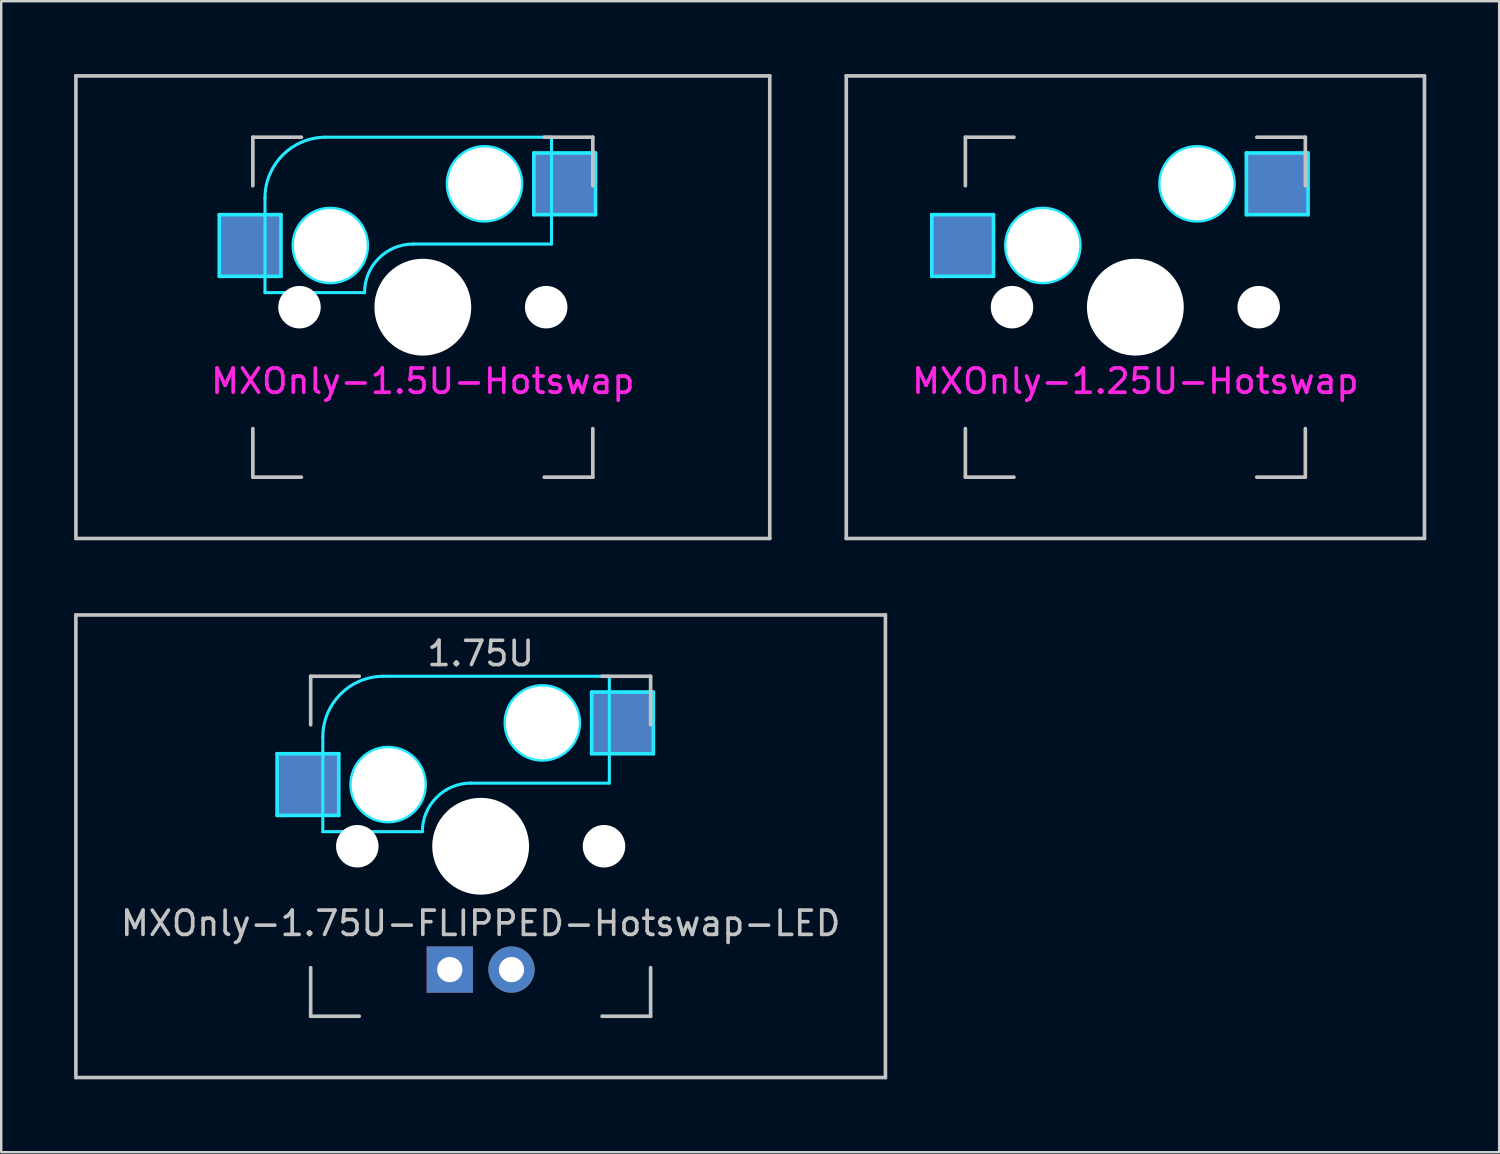
<source format=kicad_pcb>
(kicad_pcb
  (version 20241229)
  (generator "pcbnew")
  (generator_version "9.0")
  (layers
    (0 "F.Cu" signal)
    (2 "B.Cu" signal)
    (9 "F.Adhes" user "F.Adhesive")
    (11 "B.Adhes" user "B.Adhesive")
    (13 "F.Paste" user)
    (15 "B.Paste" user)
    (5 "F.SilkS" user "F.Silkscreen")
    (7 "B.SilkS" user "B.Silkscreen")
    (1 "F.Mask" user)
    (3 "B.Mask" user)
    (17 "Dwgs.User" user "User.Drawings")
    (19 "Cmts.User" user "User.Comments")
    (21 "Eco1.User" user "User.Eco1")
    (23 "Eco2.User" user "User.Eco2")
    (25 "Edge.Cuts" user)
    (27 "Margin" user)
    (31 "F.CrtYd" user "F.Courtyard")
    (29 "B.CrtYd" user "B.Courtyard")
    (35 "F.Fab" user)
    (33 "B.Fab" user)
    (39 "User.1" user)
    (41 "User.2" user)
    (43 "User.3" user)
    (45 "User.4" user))
  (footprint "MXOnly-1.75U-FLIPPED-Hotswap-LED"
    (layer "F.Cu")
    (at 16.744 31.8)
    (property "Reference" "MXOnly-1.75U-FLIPPED-Hotswap-LED" (at 0 3.175 0) (layer "Dwgs.User") (effects (font (size 1 1) (thickness 0.15))))
    (attr through_hole)
    (fp_line (start -16.669 -9.525) (end 16.669 -9.525) (stroke (width 0.15) (type solid)) (layer "Dwgs.User"))
    (fp_line (start -16.669 9.525) (end -16.669 -9.525) (stroke (width 0.15) (type solid)) (layer "Dwgs.User"))
    (fp_line (start -7 -7) (end -7 -5) (stroke (width 0.15) (type solid)) (layer "Dwgs.User"))
    (fp_line (start -7 5) (end -7 7) (stroke (width 0.15) (type solid)) (layer "Dwgs.User"))
    (fp_line (start -7 7) (end -5 7) (stroke (width 0.15) (type solid)) (layer "Dwgs.User"))
    (fp_line (start -5 -7) (end -7 -7) (stroke (width 0.15) (type solid)) (layer "Dwgs.User"))
    (fp_line (start 5 -7) (end 7 -7) (stroke (width 0.15) (type solid)) (layer "Dwgs.User"))
    (fp_line (start 5 7) (end 7 7) (stroke (width 0.15) (type solid)) (layer "Dwgs.User"))
    (fp_line (start 7 -7) (end 7 -5) (stroke (width 0.15) (type solid)) (layer "Dwgs.User"))
    (fp_line (start 7 7) (end 7 5) (stroke (width 0.15) (type solid)) (layer "Dwgs.User"))
    (fp_line (start 16.669 -9.525) (end 16.669 9.525) (stroke (width 0.15) (type solid)) (layer "Dwgs.User"))
    (fp_line (start 16.669 9.525) (end -16.669 9.525) (stroke (width 0.15) (type solid)) (layer "Dwgs.User"))
    (fp_line (start -8.382 -3.81) (end -5.842 -3.81) (stroke (width 0.15) (type solid)) (layer "B.CrtYd"))
    (fp_line (start -8.382 -1.27) (end -8.382 -3.81) (stroke (width 0.15) (type solid)) (layer "B.CrtYd"))
    (fp_line (start -6.5 -4.5) (end -6.5 -0.6) (stroke (width 0.127) (type solid)) (layer "B.CrtYd"))
    (fp_line (start -6.5 -0.6) (end -2.4 -0.6) (stroke (width 0.127) (type solid)) (layer "B.CrtYd"))
    (fp_line (start -5.842 -3.81) (end -5.842 -1.27) (stroke (width 0.15) (type solid)) (layer "B.CrtYd"))
    (fp_line (start -5.842 -1.27) (end -8.382 -1.27) (stroke (width 0.15) (type solid)) (layer "B.CrtYd"))
    (fp_line (start -0.4 -2.6) (end 5.3 -2.6) (stroke (width 0.127) (type solid)) (layer "B.CrtYd"))
    (fp_line (start 4.572 -6.35) (end 7.112 -6.35) (stroke (width 0.15) (type solid)) (layer "B.CrtYd"))
    (fp_line (start 4.572 -3.81) (end 4.572 -6.35) (stroke (width 0.15) (type solid)) (layer "B.CrtYd"))
    (fp_line (start 5.3 -7) (end -4 -7) (stroke (width 0.127) (type solid)) (layer "B.CrtYd"))
    (fp_line (start 5.3 -7) (end 5.3 -2.6) (stroke (width 0.127) (type solid)) (layer "B.CrtYd"))
    (fp_line (start 7.112 -6.35) (end 7.112 -3.81) (stroke (width 0.15) (type solid)) (layer "B.CrtYd"))
    (fp_line (start 7.112 -3.81) (end 4.572 -3.81) (stroke (width 0.15) (type solid)) (layer "B.CrtYd"))
    (fp_arc (start -6.5 -4.5) (mid -5.767767 -6.267767) (end -4 -7) (stroke (width 0.127) (type solid)) (layer "B.CrtYd"))
    (fp_arc (start -2.4 -0.6) (mid -1.814214 -2.014214) (end -0.4 -2.6) (stroke (width 0.127) (type solid)) (layer "B.CrtYd"))
    (fp_circle (center -3.81 -2.54) (end -3.81 -4.064) (stroke (width 0.15) (type solid)) (fill no) (layer "B.CrtYd"))
    (fp_circle (center 2.54 -5.08) (end 2.54 -6.604) (stroke (width 0.15) (type solid)) (fill no) (layer "B.CrtYd"))
    (fp_text user "1.75U" (at 0 -7.938 0) (layer "Dwgs.User") (effects (font (size 1 1) (thickness 0.15))))
    (pad "" np_thru_hole circle (at -5.08 0 48.1) (size 1.75 1.75) (drill 1.75) (layers "*.Cu" "*.Mask"))
    (pad "" np_thru_hole circle (at -3.81 -2.54) (size 3 3) (drill 3) (layers "*.Cu" "*.Mask"))
    (pad "" np_thru_hole circle (at 0 0) (size 3.988 3.988) (drill 3.988) (layers "*.Cu" "*.Mask"))
    (pad "" np_thru_hole circle (at 2.54 -5.08) (size 3 3) (drill 3) (layers "*.Cu" "*.Mask"))
    (pad "" np_thru_hole circle (at 5.08 0 48.1) (size 1.75 1.75) (drill 1.75) (layers "*.Cu" "*.Mask"))
    (pad "1" smd rect (at -7.085 -2.54) (size 2.55 2.5) (layers "B.Cu" "B.Mask" "B.Paste"))
    (pad "2" smd rect (at 5.842 -5.08) (size 2.55 2.5) (layers "B.Cu" "B.Mask" "B.Paste"))
    (pad "3" thru_hole circle (at 1.27 5.08 180) (size 1.905 1.905) (drill 1.04) (layers "*.Cu" "B.Mask"))
    (pad "4" thru_hole rect (at -1.27 5.08 180) (size 1.905 1.905) (drill 1.04) (layers "*.Cu" "B.Mask")))
  (footprint "MXOnly-1.5U-Hotswap"
    (layer "F.Cu")
    (at 14.363 9.6)
    (property "Reference" "MXOnly-1.5U-Hotswap" (at 0 3.048 0) (layer "F.CrtYd") (effects (font (size 1 1) (thickness 0.15))))
    (attr smd)
    (fp_line (start -14.287 -9.525) (end 14.287 -9.525) (stroke (width 0.15) (type solid)) (layer "Dwgs.User"))
    (fp_line (start -14.287 9.525) (end -14.287 -9.525) (stroke (width 0.15) (type solid)) (layer "Dwgs.User"))
    (fp_line (start -7 -7) (end -7 -5) (stroke (width 0.15) (type solid)) (layer "Dwgs.User"))
    (fp_line (start -7 5) (end -7 7) (stroke (width 0.15) (type solid)) (layer "Dwgs.User"))
    (fp_line (start -7 7) (end -5 7) (stroke (width 0.15) (type solid)) (layer "Dwgs.User"))
    (fp_line (start -5 -7) (end -7 -7) (stroke (width 0.15) (type solid)) (layer "Dwgs.User"))
    (fp_line (start 5 -7) (end 7 -7) (stroke (width 0.15) (type solid)) (layer "Dwgs.User"))
    (fp_line (start 5 7) (end 7 7) (stroke (width 0.15) (type solid)) (layer "Dwgs.User"))
    (fp_line (start 7 -7) (end 7 -5) (stroke (width 0.15) (type solid)) (layer "Dwgs.User"))
    (fp_line (start 7 7) (end 7 5) (stroke (width 0.15) (type solid)) (layer "Dwgs.User"))
    (fp_line (start 14.287 -9.525) (end 14.287 9.525) (stroke (width 0.15) (type solid)) (layer "Dwgs.User"))
    (fp_line (start 14.287 9.525) (end -14.287 9.525) (stroke (width 0.15) (type solid)) (layer "Dwgs.User"))
    (fp_line (start -8.382 -3.81) (end -5.842 -3.81) (stroke (width 0.15) (type solid)) (layer "B.CrtYd"))
    (fp_line (start -8.382 -1.27) (end -8.382 -3.81) (stroke (width 0.15) (type solid)) (layer "B.CrtYd"))
    (fp_line (start -6.5 -4.5) (end -6.5 -0.6) (stroke (width 0.127) (type solid)) (layer "B.CrtYd"))
    (fp_line (start -6.5 -0.6) (end -2.4 -0.6) (stroke (width 0.127) (type solid)) (layer "B.CrtYd"))
    (fp_line (start -5.842 -3.81) (end -5.842 -1.27) (stroke (width 0.15) (type solid)) (layer "B.CrtYd"))
    (fp_line (start -5.842 -1.27) (end -8.382 -1.27) (stroke (width 0.15) (type solid)) (layer "B.CrtYd"))
    (fp_line (start -0.4 -2.6) (end 5.3 -2.6) (stroke (width 0.127) (type solid)) (layer "B.CrtYd"))
    (fp_line (start 4.572 -6.35) (end 7.112 -6.35) (stroke (width 0.15) (type solid)) (layer "B.CrtYd"))
    (fp_line (start 4.572 -3.81) (end 4.572 -6.35) (stroke (width 0.15) (type solid)) (layer "B.CrtYd"))
    (fp_line (start 5.3 -7) (end -4 -7) (stroke (width 0.127) (type solid)) (layer "B.CrtYd"))
    (fp_line (start 5.3 -7) (end 5.3 -2.6) (stroke (width 0.127) (type solid)) (layer "B.CrtYd"))
    (fp_line (start 7.112 -6.35) (end 7.112 -3.81) (stroke (width 0.15) (type solid)) (layer "B.CrtYd"))
    (fp_line (start 7.112 -3.81) (end 4.572 -3.81) (stroke (width 0.15) (type solid)) (layer "B.CrtYd"))
    (fp_arc (start -6.5 -4.5) (mid -5.767767 -6.267767) (end -4 -7) (stroke (width 0.127) (type solid)) (layer "B.CrtYd"))
    (fp_arc (start -2.4 -0.6) (mid -1.814214 -2.014214) (end -0.4 -2.6) (stroke (width 0.127) (type solid)) (layer "B.CrtYd"))
    (fp_circle (center -3.81 -2.54) (end -3.81 -4.064) (stroke (width 0.15) (type solid)) (fill no) (layer "B.CrtYd"))
    (fp_circle (center 2.54 -5.08) (end 2.54 -6.604) (stroke (width 0.15) (type solid)) (fill no) (layer "B.CrtYd"))
    (pad "" np_thru_hole circle (at -5.08 0 48.1) (size 1.75 1.75) (drill 1.75) (layers "*.Cu" "*.Mask"))
    (pad "" np_thru_hole circle (at -3.81 -2.54) (size 3 3) (drill 3) (layers "*.Cu" "*.Mask"))
    (pad "" np_thru_hole circle (at 0 0) (size 3.988 3.988) (drill 3.988) (layers "*.Cu" "*.Mask"))
    (pad "" np_thru_hole circle (at 2.54 -5.08) (size 3 3) (drill 3) (layers "*.Cu" "*.Mask"))
    (pad "" np_thru_hole circle (at 5.08 0 48.1) (size 1.75 1.75) (drill 1.75) (layers "*.Cu" "*.Mask"))
    (pad "1" smd rect (at -7.085 -2.54) (size 2.55 2.5) (layers "B.Cu" "B.Mask" "B.Paste"))
    (pad "2" smd rect (at 5.842 -5.08) (size 2.55 2.5) (layers "B.Cu" "B.Mask" "B.Paste")))
  (footprint "MXOnly-1.25U-Hotswap"
    (layer "F.Cu")
    (at 43.706 9.6)
    (property "Reference" "MXOnly-1.25U-Hotswap" (at 0 3.048 0) (layer "F.CrtYd") (effects (font (size 1 1) (thickness 0.15))))
    (attr smd)
    (fp_line (start -11.906 -9.525) (end 11.906 -9.525) (stroke (width 0.15) (type solid)) (layer "Dwgs.User"))
    (fp_line (start -11.906 9.525) (end -11.906 -9.525) (stroke (width 0.15) (type solid)) (layer "Dwgs.User"))
    (fp_line (start -7 -7) (end -7 -5) (stroke (width 0.15) (type solid)) (layer "Dwgs.User"))
    (fp_line (start -7 5) (end -7 7) (stroke (width 0.15) (type solid)) (layer "Dwgs.User"))
    (fp_line (start -7 7) (end -5 7) (stroke (width 0.15) (type solid)) (layer "Dwgs.User"))
    (fp_line (start -5 -7) (end -7 -7) (stroke (width 0.15) (type solid)) (layer "Dwgs.User"))
    (fp_line (start 5 -7) (end 7 -7) (stroke (width 0.15) (type solid)) (layer "Dwgs.User"))
    (fp_line (start 5 7) (end 7 7) (stroke (width 0.15) (type solid)) (layer "Dwgs.User"))
    (fp_line (start 7 -7) (end 7 -5) (stroke (width 0.15) (type solid)) (layer "Dwgs.User"))
    (fp_line (start 7 7) (end 7 5) (stroke (width 0.15) (type solid)) (layer "Dwgs.User"))
    (fp_line (start 11.906 -9.525) (end 11.906 9.525) (stroke (width 0.15) (type solid)) (layer "Dwgs.User"))
    (fp_line (start 11.906 9.525) (end -11.906 9.525) (stroke (width 0.15) (type solid)) (layer "Dwgs.User"))
    (fp_line (start -8.382 -3.81) (end -5.842 -3.81) (stroke (width 0.15) (type solid)) (layer "B.CrtYd"))
    (fp_line (start -8.382 -1.27) (end -8.382 -3.81) (stroke (width 0.15) (type solid)) (layer "B.CrtYd"))
    (fp_line (start -5.842 -3.81) (end -5.842 -1.27) (stroke (width 0.15) (type solid)) (layer "B.CrtYd"))
    (fp_line (start -5.842 -1.27) (end -8.382 -1.27) (stroke (width 0.15) (type solid)) (layer "B.CrtYd"))
    (fp_line (start 4.572 -6.35) (end 7.112 -6.35) (stroke (width 0.15) (type solid)) (layer "B.CrtYd"))
    (fp_line (start 4.572 -3.81) (end 4.572 -6.35) (stroke (width 0.15) (type solid)) (layer "B.CrtYd"))
    (fp_line (start 7.112 -6.35) (end 7.112 -3.81) (stroke (width 0.15) (type solid)) (layer "B.CrtYd"))
    (fp_line (start 7.112 -3.81) (end 4.572 -3.81) (stroke (width 0.15) (type solid)) (layer "B.CrtYd"))
    (fp_circle (center -3.81 -2.54) (end -3.81 -4.064) (stroke (width 0.15) (type solid)) (fill no) (layer "B.CrtYd"))
    (fp_circle (center 2.54 -5.08) (end 2.54 -6.604) (stroke (width 0.15) (type solid)) (fill no) (layer "B.CrtYd"))
    (pad "" np_thru_hole circle (at -5.08 0 48.1) (size 1.75 1.75) (drill 1.75) (layers "*.Cu" "*.Mask"))
    (pad "" np_thru_hole circle (at -3.81 -2.54) (size 3 3) (drill 3) (layers "*.Cu" "*.Mask"))
    (pad "" np_thru_hole circle (at 0 0) (size 3.988 3.988) (drill 3.988) (layers "*.Cu" "*.Mask"))
    (pad "" np_thru_hole circle (at 2.54 -5.08) (size 3 3) (drill 3) (layers "*.Cu" "*.Mask"))
    (pad "" np_thru_hole circle (at 5.08 0 48.1) (size 1.75 1.75) (drill 1.75) (layers "*.Cu" "*.Mask"))
    (pad "1" smd rect (at -7.085 -2.54) (size 2.55 2.5) (layers "B.Cu" "B.Mask" "B.Paste"))
    (pad "2" smd rect (at 5.842 -5.08) (size 2.55 2.5) (layers "B.Cu" "B.Mask" "B.Paste")))
  (gr_rect
    (start -3 -3)
    (end 58.688 44.4)
    (stroke (width 0.1) (type default))
    (fill no)
    (layer "Edge.Cuts")))
</source>
